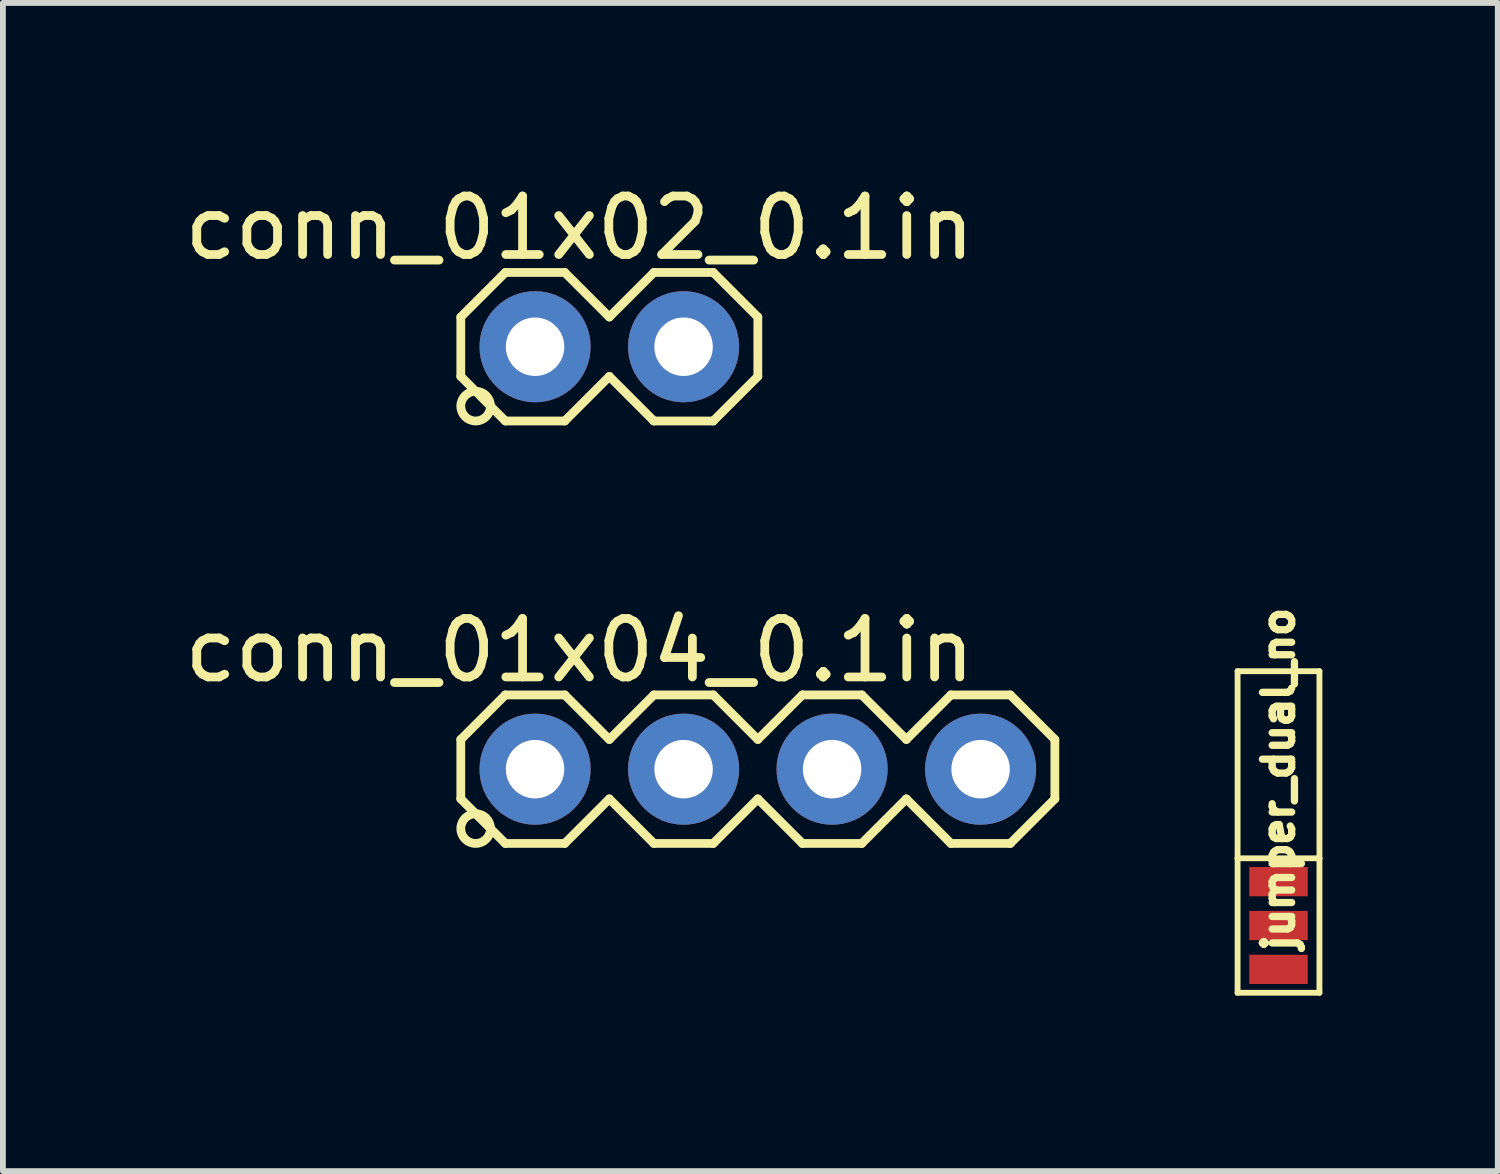
<source format=kicad_pcb>
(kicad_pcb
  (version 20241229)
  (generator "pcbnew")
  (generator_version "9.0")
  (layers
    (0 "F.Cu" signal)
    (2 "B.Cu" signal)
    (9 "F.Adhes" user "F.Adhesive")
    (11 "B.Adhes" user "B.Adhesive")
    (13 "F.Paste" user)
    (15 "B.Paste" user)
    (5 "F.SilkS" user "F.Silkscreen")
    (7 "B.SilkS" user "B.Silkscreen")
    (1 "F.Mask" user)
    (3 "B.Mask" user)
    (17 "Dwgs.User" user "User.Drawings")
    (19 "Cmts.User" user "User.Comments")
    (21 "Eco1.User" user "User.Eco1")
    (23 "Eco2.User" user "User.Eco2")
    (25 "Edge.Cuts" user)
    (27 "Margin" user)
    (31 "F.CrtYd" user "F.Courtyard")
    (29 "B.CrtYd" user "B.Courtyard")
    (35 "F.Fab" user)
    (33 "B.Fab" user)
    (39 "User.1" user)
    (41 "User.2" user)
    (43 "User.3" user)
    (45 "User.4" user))
  (footprint "jumper_dual_no"
    (layer "F.Cu")
    (at 18.816 12.029)
    (property "Reference" "jumper_dual_no" (at 0 -1.75 90) (layer "F.SilkS") (effects (font (size 0.5 0.5) (thickness 0.125))))
    (attr through_hole)
    (fp_line (start -0.7 -3.6) (end -0.7 -0.4) (stroke (width 0.1) (type solid)) (layer "F.SilkS"))
    (fp_line (start -0.7 -3.6) (end 0.7 -3.6) (stroke (width 0.1) (type solid)) (layer "F.SilkS"))
    (fp_line (start -0.7 -0.4) (end 0.7 -0.4) (stroke (width 0.1) (type solid)) (layer "F.SilkS"))
    (fp_line (start -0.7 1.9) (end -0.7 -0.4) (stroke (width 0.1) (type solid)) (layer "F.SilkS"))
    (fp_line (start 0.7 -0.4) (end 0.7 -3.6) (stroke (width 0.1) (type solid)) (layer "F.SilkS"))
    (fp_line (start 0.7 -0.4) (end 0.7 1.9) (stroke (width 0.1) (type solid)) (layer "F.SilkS"))
    (fp_line (start 0.7 1.9) (end -0.7 1.9) (stroke (width 0.1) (type solid)) (layer "F.SilkS"))
    (pad "1" smd rect (at 0 0) (size 1 0.5) (layers "F.Cu" "F.Mask" "F.Paste"))
    (pad "2" smd rect (at 0 0.75) (size 1 0.5) (layers "F.Cu" "F.Mask" "F.Paste"))
    (pad "3" smd rect (at 0 1.5) (size 1 0.5) (layers "F.Cu" "F.Mask" "F.Paste")))
  (footprint "conn_01x02_0.1in"
    (layer "F.Cu")
    (at 6.101 2.88)
    (property "Reference" "conn_01x02_0.1in" (at 0.762 -2.032 0) (layer "F.SilkS") (effects (font (size 1 1) (thickness 0.15))))
    (attr through_hole)
    (fp_line (start -1.27 -0.508) (end -1.27 0.508) (stroke (width 0.15) (type solid)) (layer "F.SilkS"))
    (fp_line (start -1.27 -0.508) (end -0.508 -1.27) (stroke (width 0.15) (type solid)) (layer "F.SilkS"))
    (fp_line (start -1.27 0.508) (end -0.508 1.27) (stroke (width 0.15) (type solid)) (layer "F.SilkS"))
    (fp_line (start -0.508 -1.27) (end 0.508 -1.27) (stroke (width 0.15) (type solid)) (layer "F.SilkS"))
    (fp_line (start -0.508 1.27) (end 0.508 1.27) (stroke (width 0.15) (type solid)) (layer "F.SilkS"))
    (fp_line (start 0.508 1.27) (end 1.27 0.508) (stroke (width 0.15) (type solid)) (layer "F.SilkS"))
    (fp_line (start 1.27 -0.508) (end 0.508 -1.27) (stroke (width 0.15) (type solid)) (layer "F.SilkS"))
    (fp_line (start 1.27 0.508) (end 2.032 1.27) (stroke (width 0.15) (type solid)) (layer "F.SilkS"))
    (fp_line (start 2.032 -1.27) (end 1.27 -0.508) (stroke (width 0.15) (type solid)) (layer "F.SilkS"))
    (fp_line (start 2.032 1.27) (end 3.048 1.27) (stroke (width 0.15) (type solid)) (layer "F.SilkS"))
    (fp_line (start 3.048 -1.27) (end 2.032 -1.27) (stroke (width 0.15) (type solid)) (layer "F.SilkS"))
    (fp_line (start 3.048 1.27) (end 3.81 0.508) (stroke (width 0.15) (type solid)) (layer "F.SilkS"))
    (fp_line (start 3.81 -0.508) (end 3.048 -1.27) (stroke (width 0.15) (type solid)) (layer "F.SilkS"))
    (fp_line (start 3.81 0.508) (end 3.81 -0.508) (stroke (width 0.15) (type solid)) (layer "F.SilkS"))
    (fp_circle (center -1.016 1.016) (end -0.762 1.016) (stroke (width 0.15) (type solid)) (fill no) (layer "F.SilkS"))
    (pad "1" thru_hole circle (at 0 0) (size 1.9 1.9) (drill 1) (layers "*.Cu" "*.Mask"))
    (pad "2" thru_hole circle (at 2.54 0) (size 1.9 1.9) (drill 1) (layers "*.Cu" "*.Mask")))
  (footprint "conn_01x04_0.1in"
    (layer "F.Cu")
    (at 6.101 10.105)
    (property "Reference" "conn_01x04_0.1in" (at 0.762 -2.032 0) (layer "F.SilkS") (effects (font (size 1 1) (thickness 0.15))))
    (attr through_hole)
    (fp_line (start -1.27 -0.508) (end -1.27 0.508) (stroke (width 0.15) (type solid)) (layer "F.SilkS"))
    (fp_line (start -1.27 -0.508) (end -0.508 -1.27) (stroke (width 0.15) (type solid)) (layer "F.SilkS"))
    (fp_line (start -1.27 0.508) (end -0.508 1.27) (stroke (width 0.15) (type solid)) (layer "F.SilkS"))
    (fp_line (start -0.508 -1.27) (end 0.508 -1.27) (stroke (width 0.15) (type solid)) (layer "F.SilkS"))
    (fp_line (start -0.508 1.27) (end 0.508 1.27) (stroke (width 0.15) (type solid)) (layer "F.SilkS"))
    (fp_line (start 0.508 1.27) (end 1.27 0.508) (stroke (width 0.15) (type solid)) (layer "F.SilkS"))
    (fp_line (start 1.27 -0.508) (end 0.508 -1.27) (stroke (width 0.15) (type solid)) (layer "F.SilkS"))
    (fp_line (start 1.27 0.508) (end 2.032 1.27) (stroke (width 0.15) (type solid)) (layer "F.SilkS"))
    (fp_line (start 2.032 -1.27) (end 1.27 -0.508) (stroke (width 0.15) (type solid)) (layer "F.SilkS"))
    (fp_line (start 2.032 1.27) (end 3.048 1.27) (stroke (width 0.15) (type solid)) (layer "F.SilkS"))
    (fp_line (start 3.048 -1.27) (end 2.032 -1.27) (stroke (width 0.15) (type solid)) (layer "F.SilkS"))
    (fp_line (start 3.048 1.27) (end 3.81 0.508) (stroke (width 0.15) (type solid)) (layer "F.SilkS"))
    (fp_line (start 3.81 -0.508) (end 3.048 -1.27) (stroke (width 0.15) (type solid)) (layer "F.SilkS"))
    (fp_line (start 3.81 0.508) (end 4.572 1.27) (stroke (width 0.15) (type solid)) (layer "F.SilkS"))
    (fp_line (start 4.572 -1.27) (end 3.81 -0.508) (stroke (width 0.15) (type solid)) (layer "F.SilkS"))
    (fp_line (start 4.572 1.27) (end 5.588 1.27) (stroke (width 0.15) (type solid)) (layer "F.SilkS"))
    (fp_line (start 5.588 -1.27) (end 4.572 -1.27) (stroke (width 0.15) (type solid)) (layer "F.SilkS"))
    (fp_line (start 5.588 1.27) (end 6.35 0.508) (stroke (width 0.15) (type solid)) (layer "F.SilkS"))
    (fp_line (start 6.35 -0.508) (end 5.588 -1.27) (stroke (width 0.15) (type solid)) (layer "F.SilkS"))
    (fp_line (start 6.35 0.508) (end 7.112 1.27) (stroke (width 0.15) (type solid)) (layer "F.SilkS"))
    (fp_line (start 7.112 -1.27) (end 6.35 -0.508) (stroke (width 0.15) (type solid)) (layer "F.SilkS"))
    (fp_line (start 7.112 1.27) (end 8.128 1.27) (stroke (width 0.15) (type solid)) (layer "F.SilkS"))
    (fp_line (start 8.128 -1.27) (end 7.112 -1.27) (stroke (width 0.15) (type solid)) (layer "F.SilkS"))
    (fp_line (start 8.128 1.27) (end 8.89 0.508) (stroke (width 0.15) (type solid)) (layer "F.SilkS"))
    (fp_line (start 8.89 -0.508) (end 8.128 -1.27) (stroke (width 0.15) (type solid)) (layer "F.SilkS"))
    (fp_line (start 8.89 0.508) (end 8.89 -0.508) (stroke (width 0.15) (type solid)) (layer "F.SilkS"))
    (fp_circle (center -1.016 1.016) (end -0.762 1.016) (stroke (width 0.15) (type solid)) (fill no) (layer "F.SilkS"))
    (pad "1" thru_hole circle (at 0 0) (size 1.9 1.9) (drill 1) (layers "*.Cu" "*.Mask"))
    (pad "2" thru_hole circle (at 2.54 0) (size 1.9 1.9) (drill 1) (layers "*.Cu" "*.Mask"))
    (pad "3" thru_hole circle (at 5.08 0) (size 1.9 1.9) (drill 1) (layers "*.Cu" "*.Mask"))
    (pad "4" thru_hole circle (at 7.62 0) (size 1.9 1.9) (drill 1) (layers "*.Cu" "*.Mask")))
  (gr_rect
    (start -3 -3)
    (end 22.566 16.979)
    (stroke (width 0.1) (type default))
    (fill no)
    (layer "Edge.Cuts")))
</source>
